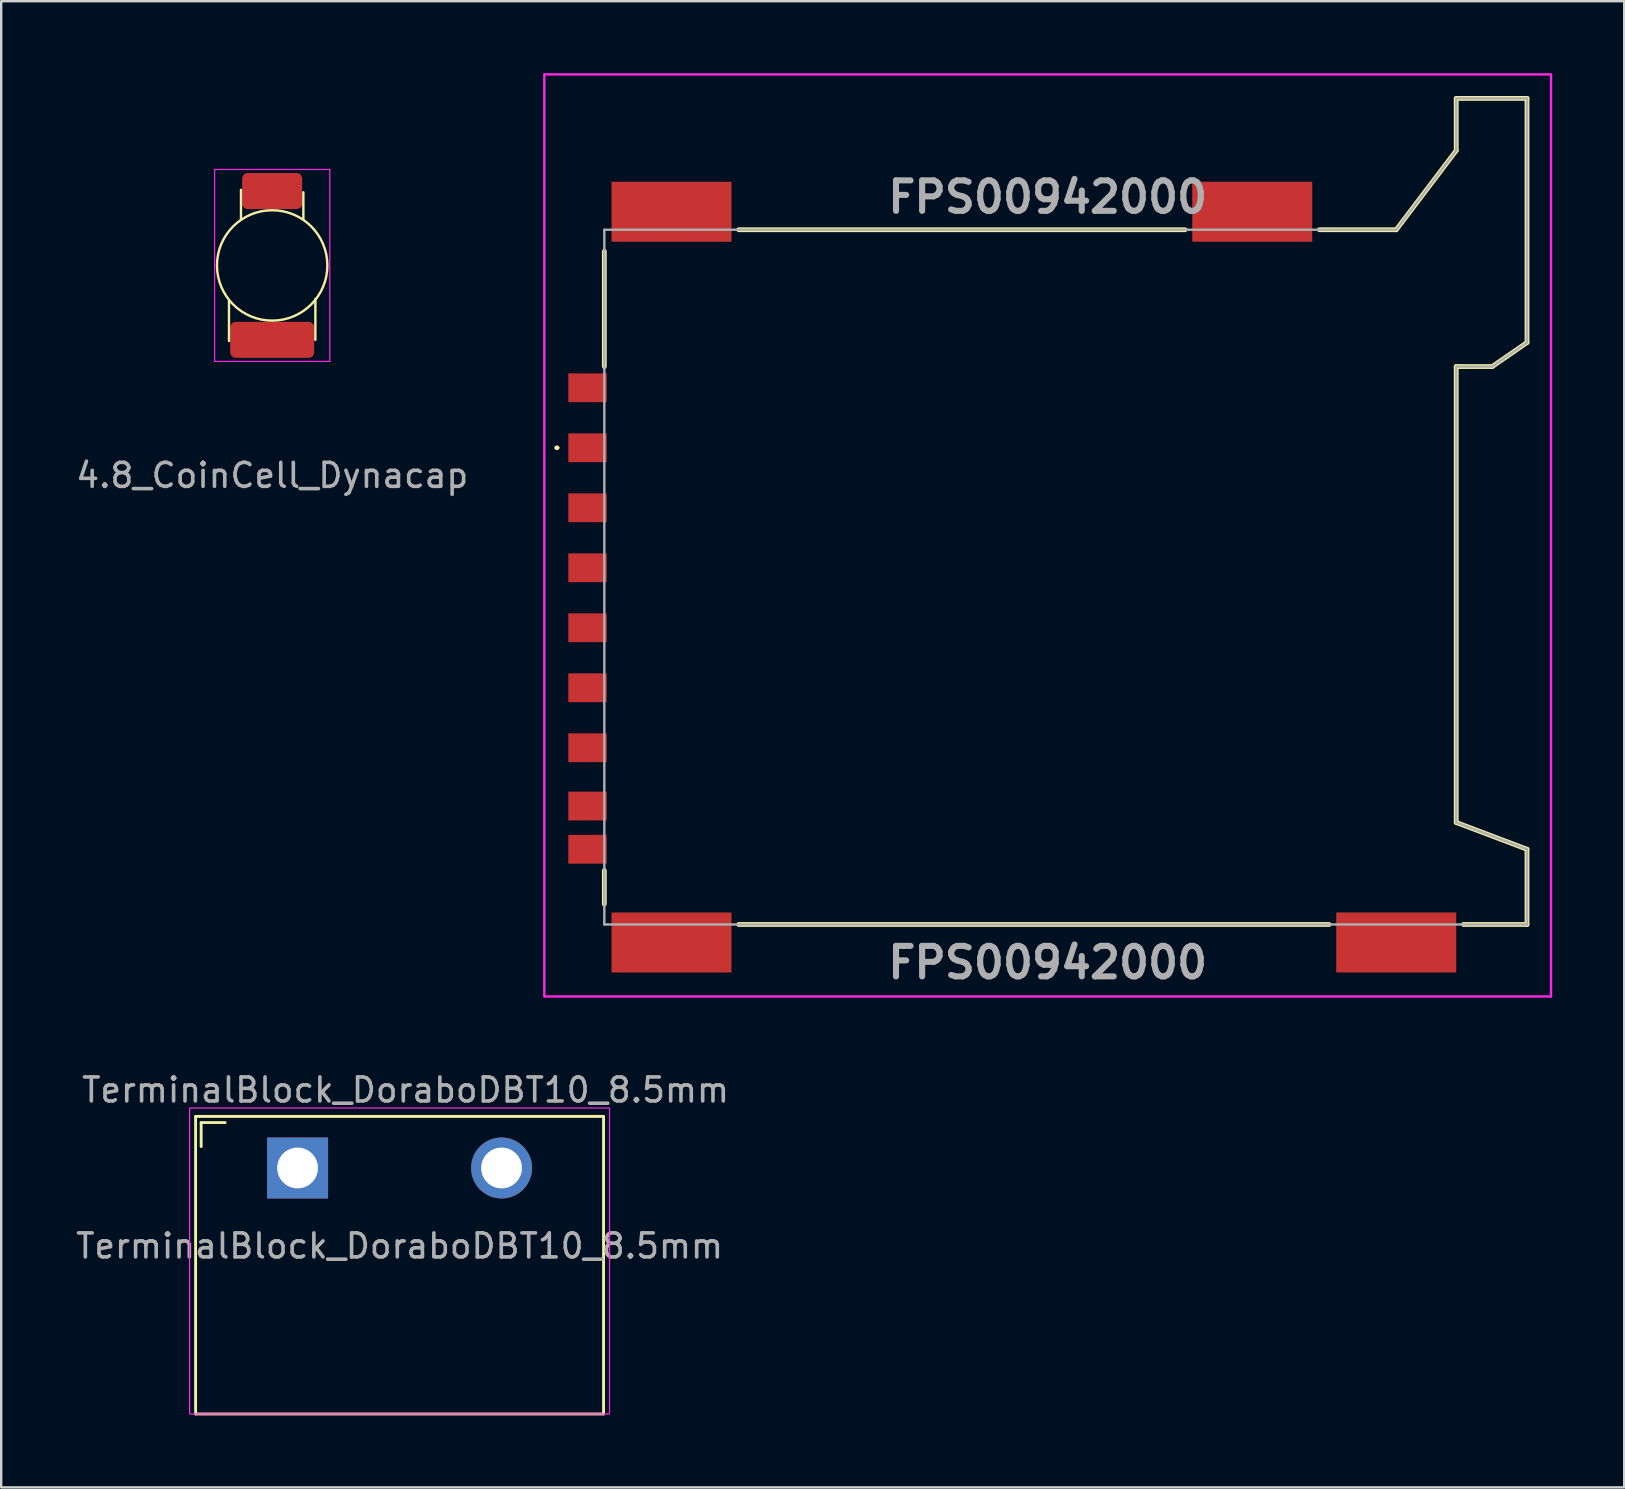
<source format=kicad_pcb>
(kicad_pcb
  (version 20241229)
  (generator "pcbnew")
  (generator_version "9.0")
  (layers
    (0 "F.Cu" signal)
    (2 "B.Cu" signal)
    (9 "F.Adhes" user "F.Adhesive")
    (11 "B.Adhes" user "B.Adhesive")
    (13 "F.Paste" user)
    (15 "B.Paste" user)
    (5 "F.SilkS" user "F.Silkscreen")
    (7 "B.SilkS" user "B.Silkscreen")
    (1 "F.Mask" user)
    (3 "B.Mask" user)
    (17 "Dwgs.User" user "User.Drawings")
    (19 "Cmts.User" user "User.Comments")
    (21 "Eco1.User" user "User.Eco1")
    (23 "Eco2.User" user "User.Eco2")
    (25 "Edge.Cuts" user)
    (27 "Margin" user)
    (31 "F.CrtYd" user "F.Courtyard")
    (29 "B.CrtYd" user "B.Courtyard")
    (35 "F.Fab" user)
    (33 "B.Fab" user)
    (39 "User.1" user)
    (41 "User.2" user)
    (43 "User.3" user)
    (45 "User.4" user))
  (footprint "FPS00942000"
    (layer "F.Cu")
    (at 40.608 19.262)
    (property "Reference" "FPS00942000" (at 0 -14.1 0) (layer "F.Fab") (effects (font (size 1.27 1.27) (thickness 0.254))))
    (attr smd)
    (fp_line (start -20.5 -3.652) (end -20.5 -3.652) (stroke (width 0.1) (type solid)) (layer "F.SilkS"))
    (fp_line (start -20.4 -3.652) (end -20.4 -3.652) (stroke (width 0.1) (type solid)) (layer "F.SilkS"))
    (fp_line (start -18.475 -7.038) (end -18.475 -11.838) (stroke (width 0.2) (type solid)) (layer "F.SilkS"))
    (fp_line (start -18.475 13.962) (end -18.475 15.362) (stroke (width 0.2) (type solid)) (layer "F.SilkS"))
    (fp_line (start -12.875 -12.738) (end 5.725 -12.738) (stroke (width 0.2) (type solid)) (layer "F.SilkS"))
    (fp_line (start 11.325 -12.738) (end 14.525 -12.738) (stroke (width 0.2) (type solid)) (layer "F.SilkS"))
    (fp_line (start 11.725 16.212) (end -12.875 16.212) (stroke (width 0.2) (type solid)) (layer "F.SilkS"))
    (fp_line (start 14.525 -12.738) (end 17.025 -16.038) (stroke (width 0.2) (type solid)) (layer "F.SilkS"))
    (fp_line (start 17.025 -18.212) (end 19.975 -18.212) (stroke (width 0.2) (type solid)) (layer "F.SilkS"))
    (fp_line (start 17.025 -16.038) (end 17.025 -18.212) (stroke (width 0.2) (type solid)) (layer "F.SilkS"))
    (fp_line (start 17.025 -7.038) (end 17.025 11.962) (stroke (width 0.2) (type solid)) (layer "F.SilkS"))
    (fp_line (start 17.025 11.962) (end 19.975 13.078) (stroke (width 0.2) (type solid)) (layer "F.SilkS"))
    (fp_line (start 18.525 -7.038) (end 17.025 -7.038) (stroke (width 0.2) (type solid)) (layer "F.SilkS"))
    (fp_line (start 19.975 -18.212) (end 19.975 -8.038) (stroke (width 0.2) (type solid)) (layer "F.SilkS"))
    (fp_line (start 19.975 -8.038) (end 18.525 -7.038) (stroke (width 0.2) (type solid)) (layer "F.SilkS"))
    (fp_line (start 19.975 13.078) (end 19.975 16.212) (stroke (width 0.2) (type solid)) (layer "F.SilkS"))
    (fp_line (start 19.975 16.212) (end 17.325 16.212) (stroke (width 0.2) (type solid)) (layer "F.SilkS"))
    (fp_arc (start -20.5 -3.652) (mid -20.45 -3.702) (end -20.4 -3.652) (stroke (width 0.1) (type solid)) (layer "F.SilkS"))
    (fp_arc (start -20.4 -3.652) (mid -20.45 -3.602) (end -20.5 -3.652) (stroke (width 0.1) (type solid)) (layer "F.SilkS"))
    (fp_line (start -20.975 -19.212) (end 20.975 -19.212) (stroke (width 0.1) (type solid)) (layer "F.CrtYd"))
    (fp_line (start -20.975 19.212) (end -20.975 -19.212) (stroke (width 0.1) (type solid)) (layer "F.CrtYd"))
    (fp_line (start 20.975 -19.212) (end 20.975 19.212) (stroke (width 0.1) (type solid)) (layer "F.CrtYd"))
    (fp_line (start 20.975 19.212) (end -20.975 19.212) (stroke (width 0.1) (type solid)) (layer "F.CrtYd"))
    (fp_line (start -18.475 -12.738) (end -4.475 -12.738) (stroke (width 0.1) (type solid)) (layer "F.Fab"))
    (fp_line (start -18.475 16.212) (end -18.475 -12.738) (stroke (width 0.1) (type solid)) (layer "F.Fab"))
    (fp_line (start -4.475 -12.738) (end 14.525 -12.738) (stroke (width 0.1) (type solid)) (layer "F.Fab"))
    (fp_line (start 14.525 -12.738) (end 17.025 -16.038) (stroke (width 0.1) (type solid)) (layer "F.Fab"))
    (fp_line (start 17.025 -18.212) (end 19.975 -18.212) (stroke (width 0.1) (type solid)) (layer "F.Fab"))
    (fp_line (start 17.025 -16.038) (end 17.025 -18.212) (stroke (width 0.1) (type solid)) (layer "F.Fab"))
    (fp_line (start 17.025 -7.038) (end 17.025 11.962) (stroke (width 0.1) (type solid)) (layer "F.Fab"))
    (fp_line (start 17.025 11.962) (end 19.975 13.078) (stroke (width 0.1) (type solid)) (layer "F.Fab"))
    (fp_line (start 18.525 -7.038) (end 17.025 -7.038) (stroke (width 0.1) (type solid)) (layer "F.Fab"))
    (fp_line (start 19.975 -18.212) (end 19.975 -8.038) (stroke (width 0.1) (type solid)) (layer "F.Fab"))
    (fp_line (start 19.975 -8.038) (end 18.525 -7.038) (stroke (width 0.1) (type solid)) (layer "F.Fab"))
    (fp_line (start 19.975 13.078) (end 19.975 16.212) (stroke (width 0.1) (type solid)) (layer "F.Fab"))
    (fp_line (start 19.975 16.212) (end -18.475 16.212) (stroke (width 0.1) (type solid)) (layer "F.Fab"))
    (fp_text user "${REFERENCE}" (at 0 17.8 0) (layer "F.Fab") (effects (font (size 1.27 1.27) (thickness 0.254))))
    (pad "1" smd rect (at -19.175 -3.652 90) (size 1.2 1.6) (layers "F.Cu" "F.Mask" "F.Paste"))
    (pad "2" smd rect (at -19.175 -1.152 90) (size 1.2 1.6) (layers "F.Cu" "F.Mask" "F.Paste"))
    (pad "3" smd rect (at -19.175 1.348 90) (size 1.2 1.6) (layers "F.Cu" "F.Mask" "F.Paste"))
    (pad "4" smd rect (at -19.175 3.848 90) (size 1.2 1.6) (layers "F.Cu" "F.Mask" "F.Paste"))
    (pad "5" smd rect (at -19.175 6.348 90) (size 1.2 1.6) (layers "F.Cu" "F.Mask" "F.Paste"))
    (pad "6" smd rect (at -19.175 8.848 90) (size 1.2 1.6) (layers "F.Cu" "F.Mask" "F.Paste"))
    (pad "7" smd rect (at -19.175 11.277 90) (size 1.2 1.6) (layers "F.Cu" "F.Mask" "F.Paste"))
    (pad "8" smd rect (at -19.175 13.078 90) (size 1.2 1.6) (layers "F.Cu" "F.Mask" "F.Paste"))
    (pad "9" smd rect (at -19.175 -6.152 90) (size 1.2 1.6) (layers "F.Cu" "F.Mask" "F.Paste"))
    (pad "10" smd rect (at -15.675 -13.488 90) (size 2.5 5) (layers "F.Cu" "F.Mask" "F.Paste"))
    (pad "11" smd rect (at -15.675 16.962 90) (size 2.5 5) (layers "F.Cu" "F.Mask" "F.Paste"))
    (pad "12" smd rect (at 14.525 16.962 90) (size 2.5 5) (layers "F.Cu" "F.Mask" "F.Paste"))
    (pad "13" smd rect (at 8.525 -13.488 90) (size 2.5 5) (layers "F.Cu" "F.Mask" "F.Paste")))
  (footprint "4.8_CoinCell_Dynacap"
    (layer "F.Cu")
    (at 8.292 8.011)
    (property "Reference" "4.8_CoinCell_Dynacap" (at 0 -7.25 0) (unlocked yes) (layer "User.1") (effects (font (size 1 1) (thickness 0.1))))
    (attr smd)
    (fp_line (start -1.8 3.15) (end -1.8 1.45) (stroke (width 0.1) (type default)) (layer "F.SilkS"))
    (fp_line (start -1.3 -1.9) (end -1.3 -3.15) (stroke (width 0.1) (type default)) (layer "F.SilkS"))
    (fp_line (start 1.3 -1.9) (end 1.3 -3.05) (stroke (width 0.1) (type default)) (layer "F.SilkS"))
    (fp_line (start 1.8 3.1) (end 1.8 1.4) (stroke (width 0.1) (type default)) (layer "F.SilkS"))
    (fp_circle (center 0 0) (end 0 2.3) (stroke (width 0.1) (type default)) (fill no) (layer "F.SilkS"))
    (fp_line (start -2.4 -4) (end 2.4 -4) (stroke (width 0.05) (type solid)) (layer "F.CrtYd"))
    (fp_line (start -2.4 4) (end -2.4 -4) (stroke (width 0.05) (type solid)) (layer "F.CrtYd"))
    (fp_line (start 2.4 -4) (end 2.4 4) (stroke (width 0.05) (type solid)) (layer "F.CrtYd"))
    (fp_line (start 2.4 4) (end -2.4 4) (stroke (width 0.05) (type solid)) (layer "F.CrtYd"))
    (fp_text user "${REFERENCE}" (at 0 8.75 0) (unlocked yes) (layer "F.Fab") (effects (font (size 1 1) (thickness 0.15))))
    (pad "+" smd roundrect (at 0 -3.1) (size 2.5 1.5) (layers "F.Cu" "F.Mask" "F.Paste") (roundrect_rratio 0.15))
    (pad "-" smd roundrect (at 0 3.1) (size 3.5 1.5) (layers "F.Cu" "F.Mask" "F.Paste") (roundrect_rratio 0.15)))
  (footprint "TerminalBlock_DoraboDBT10_8.5mm"
    (layer "F.Cu")
    (at 9.351 45.622)
    (property "Reference" "TerminalBlock_DoraboDBT10_8.5mm" (at 4.5 -3.25 0) (layer "F.Fab") (effects (font (size 1 1) (thickness 0.15))))
    (attr through_hole)
    (fp_line (start -4.25 -2.15) (end -4.25 10.25) (stroke (width 0.12) (type solid)) (layer "F.SilkS"))
    (fp_line (start -4.25 -2.15) (end 12.75 -2.15) (stroke (width 0.12) (type solid)) (layer "F.SilkS"))
    (fp_line (start -4.018 -1.893) (end -4.018 -0.893) (stroke (width 0.12) (type solid)) (layer "F.SilkS"))
    (fp_line (start -4.018 -1.893) (end -3.018 -1.893) (stroke (width 0.12) (type solid)) (layer "F.SilkS"))
    (fp_line (start 12.75 -2.15) (end 12.75 10.25) (stroke (width 0.12) (type solid)) (layer "F.SilkS"))
    (fp_line (start 12.75 10.25) (end -4.25 10.25) (stroke (width 0.12) (type solid)) (layer "F.SilkS"))
    (fp_rect (start -4.5 10.25) (end 13 -2.5) (stroke (width 0.05) (type default)) (fill no) (layer "F.CrtYd"))
    (fp_text user "${REFERENCE}" (at 4.25 3.25 0) (layer "F.Fab") (effects (font (size 1 1) (thickness 0.15))))
    (pad "1" thru_hole rect (at 0 0) (size 2.54 2.54) (drill 1.7) (layers "*.Cu" "*.Mask"))
    (pad "2" thru_hole circle (at 8.5 0) (size 2.54 2.54) (drill 1.7) (layers "*.Cu" "*.Mask")))
  (gr_rect
    (start -3 -3)
    (end 64.633 58.932)
    (stroke (width 0.1) (type default))
    (fill no)
    (layer "Edge.Cuts")))
</source>
